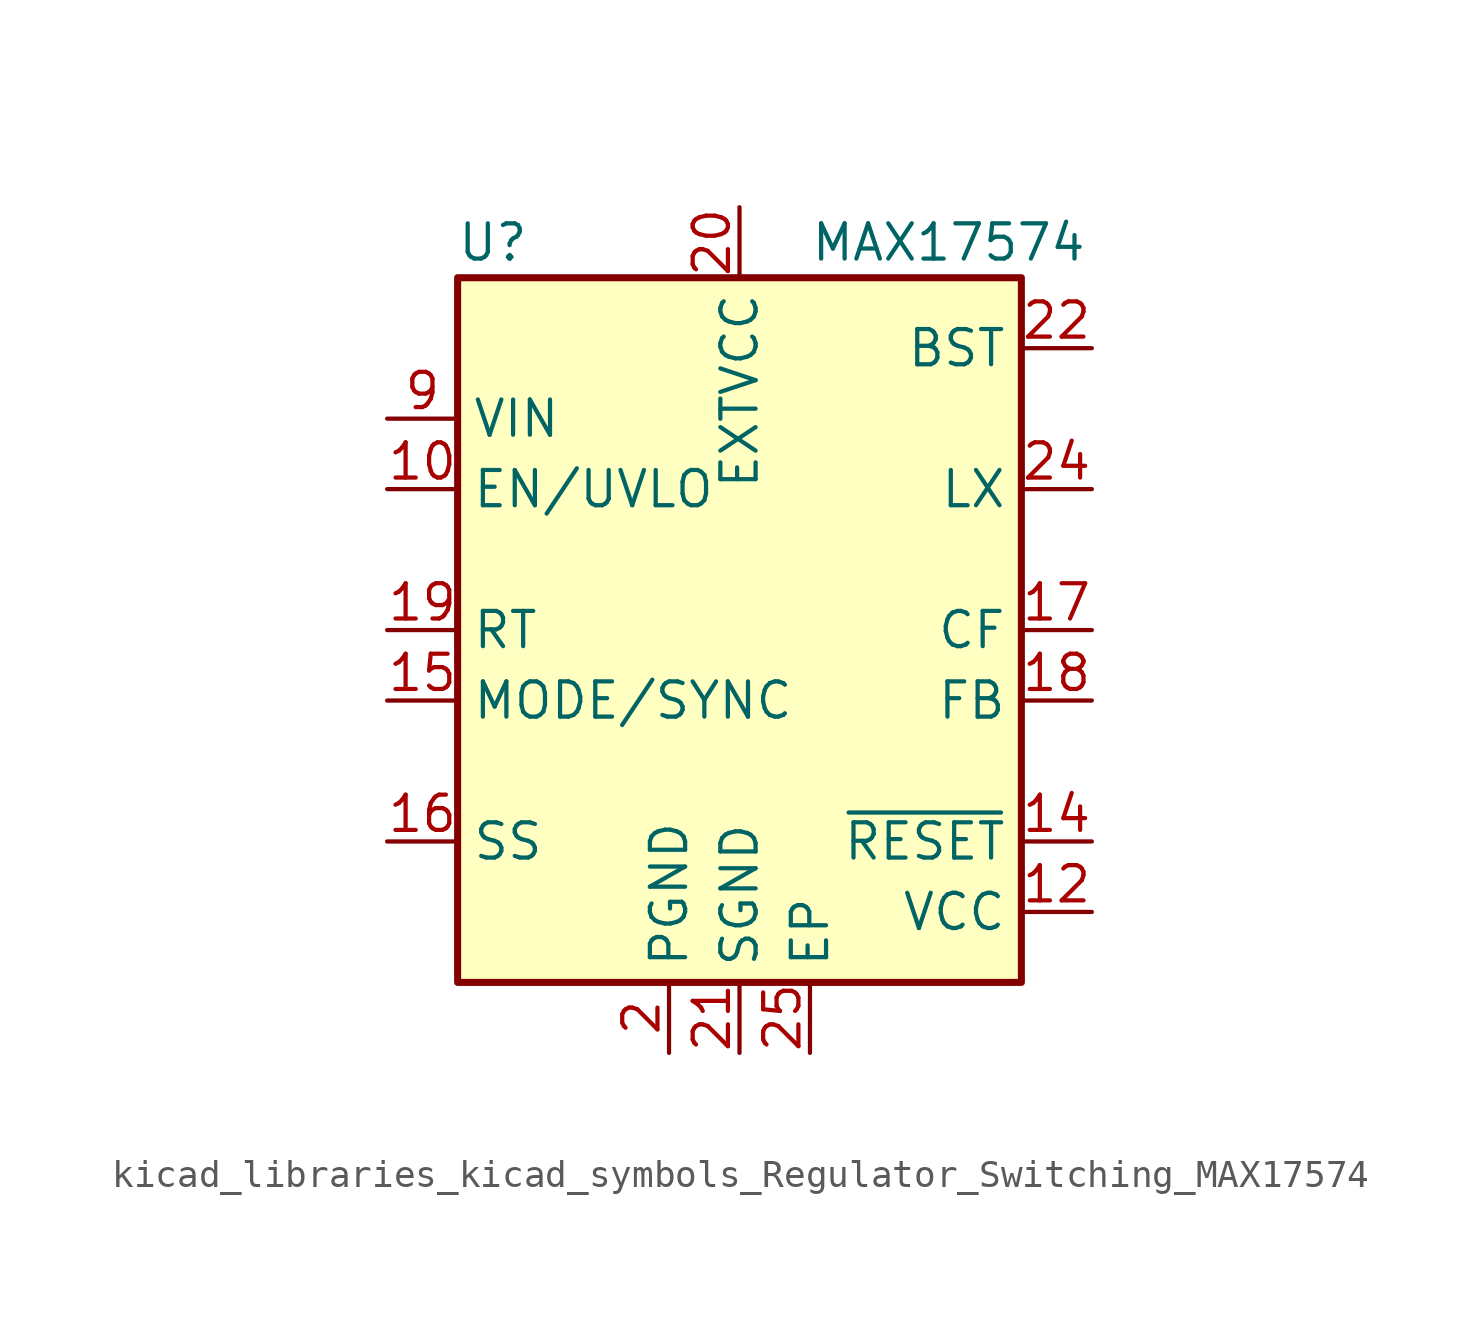
<source format=kicad_sym>
(kicad_symbol_lib
  (version 20220914)
  (generator kicad_symbol_editor)
  (symbol "kicad_libraries_kicad_symbols_Regulator_Switching_MAX17574"
    (property "Reference" "U"
      (at -8.89 13.97 0)
      (effects (font (size 1.27 1.27))))
    (property "Value" "MAX17574"
      (at 2.54 13.97 0)
      (effects (font (size 1.27 1.27)) (justify left)))
    (symbol "kicad_libraries_kicad_symbols_Regulator_Switching_MAX17574_0_1"
      (rectangle (start -10.16 12.7) (end 10.16 -12.7) (stroke (width 0.254) (type default)) (fill (type background))))
    (symbol "kicad_libraries_kicad_symbols_Regulator_Switching_MAX17574_1_1"
      (pin passive line (at 12.7 5.08 180) (length 2.54) hide (name "LX" (effects (font (size 1.27 1.27)))) (number "1" (effects (font (size 1.27 1.27)))))
      (pin input line (at -12.7 5.08 0) (length 2.54) (name "EN/UVLO" (effects (font (size 1.27 1.27)))) (number "10" (effects (font (size 1.27 1.27)))))
      (pin passive line (at -2.54 -15.24 90) (length 2.54) hide (name "PGND" (effects (font (size 1.27 1.27)))) (number "11" (effects (font (size 1.27 1.27)))))
      (pin power_out line (at 12.7 -10.16 180) (length 2.54) (name "VCC" (effects (font (size 1.27 1.27)))) (number "12" (effects (font (size 1.27 1.27)))))
      (pin no_connect line (at 10.16 -5.08 180) (length 2.54) hide (name "NC" (effects (font (size 1.27 1.27)))) (number "13" (effects (font (size 1.27 1.27)))))
      (pin open_collector line (at 12.7 -7.62 180) (length 2.54) (name "~{RESET}" (effects (font (size 1.27 1.27)))) (number "14" (effects (font (size 1.27 1.27)))))
      (pin input line (at -12.7 -2.54 0) (length 2.54) (name "MODE/SYNC" (effects (font (size 1.27 1.27)))) (number "15" (effects (font (size 1.27 1.27)))))
      (pin passive line (at -12.7 -7.62 0) (length 2.54) (name "SS" (effects (font (size 1.27 1.27)))) (number "16" (effects (font (size 1.27 1.27)))))
      (pin passive line (at 12.7 0 180) (length 2.54) (name "CF" (effects (font (size 1.27 1.27)))) (number "17" (effects (font (size 1.27 1.27)))))
      (pin input line (at 12.7 -2.54 180) (length 2.54) (name "FB" (effects (font (size 1.27 1.27)))) (number "18" (effects (font (size 1.27 1.27)))))
      (pin input line (at -12.7 0 0) (length 2.54) (name "RT" (effects (font (size 1.27 1.27)))) (number "19" (effects (font (size 1.27 1.27)))))
      (pin power_in line (at -2.54 -15.24 90) (length 2.54) (name "PGND" (effects (font (size 1.27 1.27)))) (number "2" (effects (font (size 1.27 1.27)))))
      (pin power_in line (at 0 15.24 270) (length 2.54) (name "EXTVCC" (effects (font (size 1.27 1.27)))) (number "20" (effects (font (size 1.27 1.27)))))
      (pin power_in line (at 0 -15.24 90) (length 2.54) (name "SGND" (effects (font (size 1.27 1.27)))) (number "21" (effects (font (size 1.27 1.27)))))
      (pin passive line (at 12.7 10.16 180) (length 2.54) (name "BST" (effects (font (size 1.27 1.27)))) (number "22" (effects (font (size 1.27 1.27)))))
      (pin passive line (at 12.7 5.08 180) (length 2.54) hide (name "LX" (effects (font (size 1.27 1.27)))) (number "23" (effects (font (size 1.27 1.27)))))
      (pin power_out line (at 12.7 5.08 180) (length 2.54) (name "LX" (effects (font (size 1.27 1.27)))) (number "24" (effects (font (size 1.27 1.27)))))
      (pin power_in line (at 2.54 -15.24 90) (length 2.54) (name "EP" (effects (font (size 1.27 1.27)))) (number "25" (effects (font (size 1.27 1.27)))))
      (pin passive line (at -2.54 -15.24 90) (length 2.54) hide (name "PGND" (effects (font (size 1.27 1.27)))) (number "3" (effects (font (size 1.27 1.27)))))
      (pin no_connect line (at -10.16 2.54 0) (length 2.54) hide (name "NC" (effects (font (size 1.27 1.27)))) (number "4" (effects (font (size 1.27 1.27)))))
      (pin passive line (at -12.7 7.62 0) (length 2.54) hide (name "VIN" (effects (font (size 1.27 1.27)))) (number "5" (effects (font (size 1.27 1.27)))))
      (pin passive line (at -12.7 7.62 0) (length 2.54) hide (name "VIN" (effects (font (size 1.27 1.27)))) (number "6" (effects (font (size 1.27 1.27)))))
      (pin passive line (at -12.7 7.62 0) (length 2.54) hide (name "VIN" (effects (font (size 1.27 1.27)))) (number "7" (effects (font (size 1.27 1.27)))))
      (pin no_connect line (at -10.16 -5.08 0) (length 2.54) hide (name "NC" (effects (font (size 1.27 1.27)))) (number "8" (effects (font (size 1.27 1.27)))))
      (pin power_in line (at -12.7 7.62 0) (length 2.54) (name "VIN" (effects (font (size 1.27 1.27)))) (number "9" (effects (font (size 1.27 1.27))))))))
</source>
